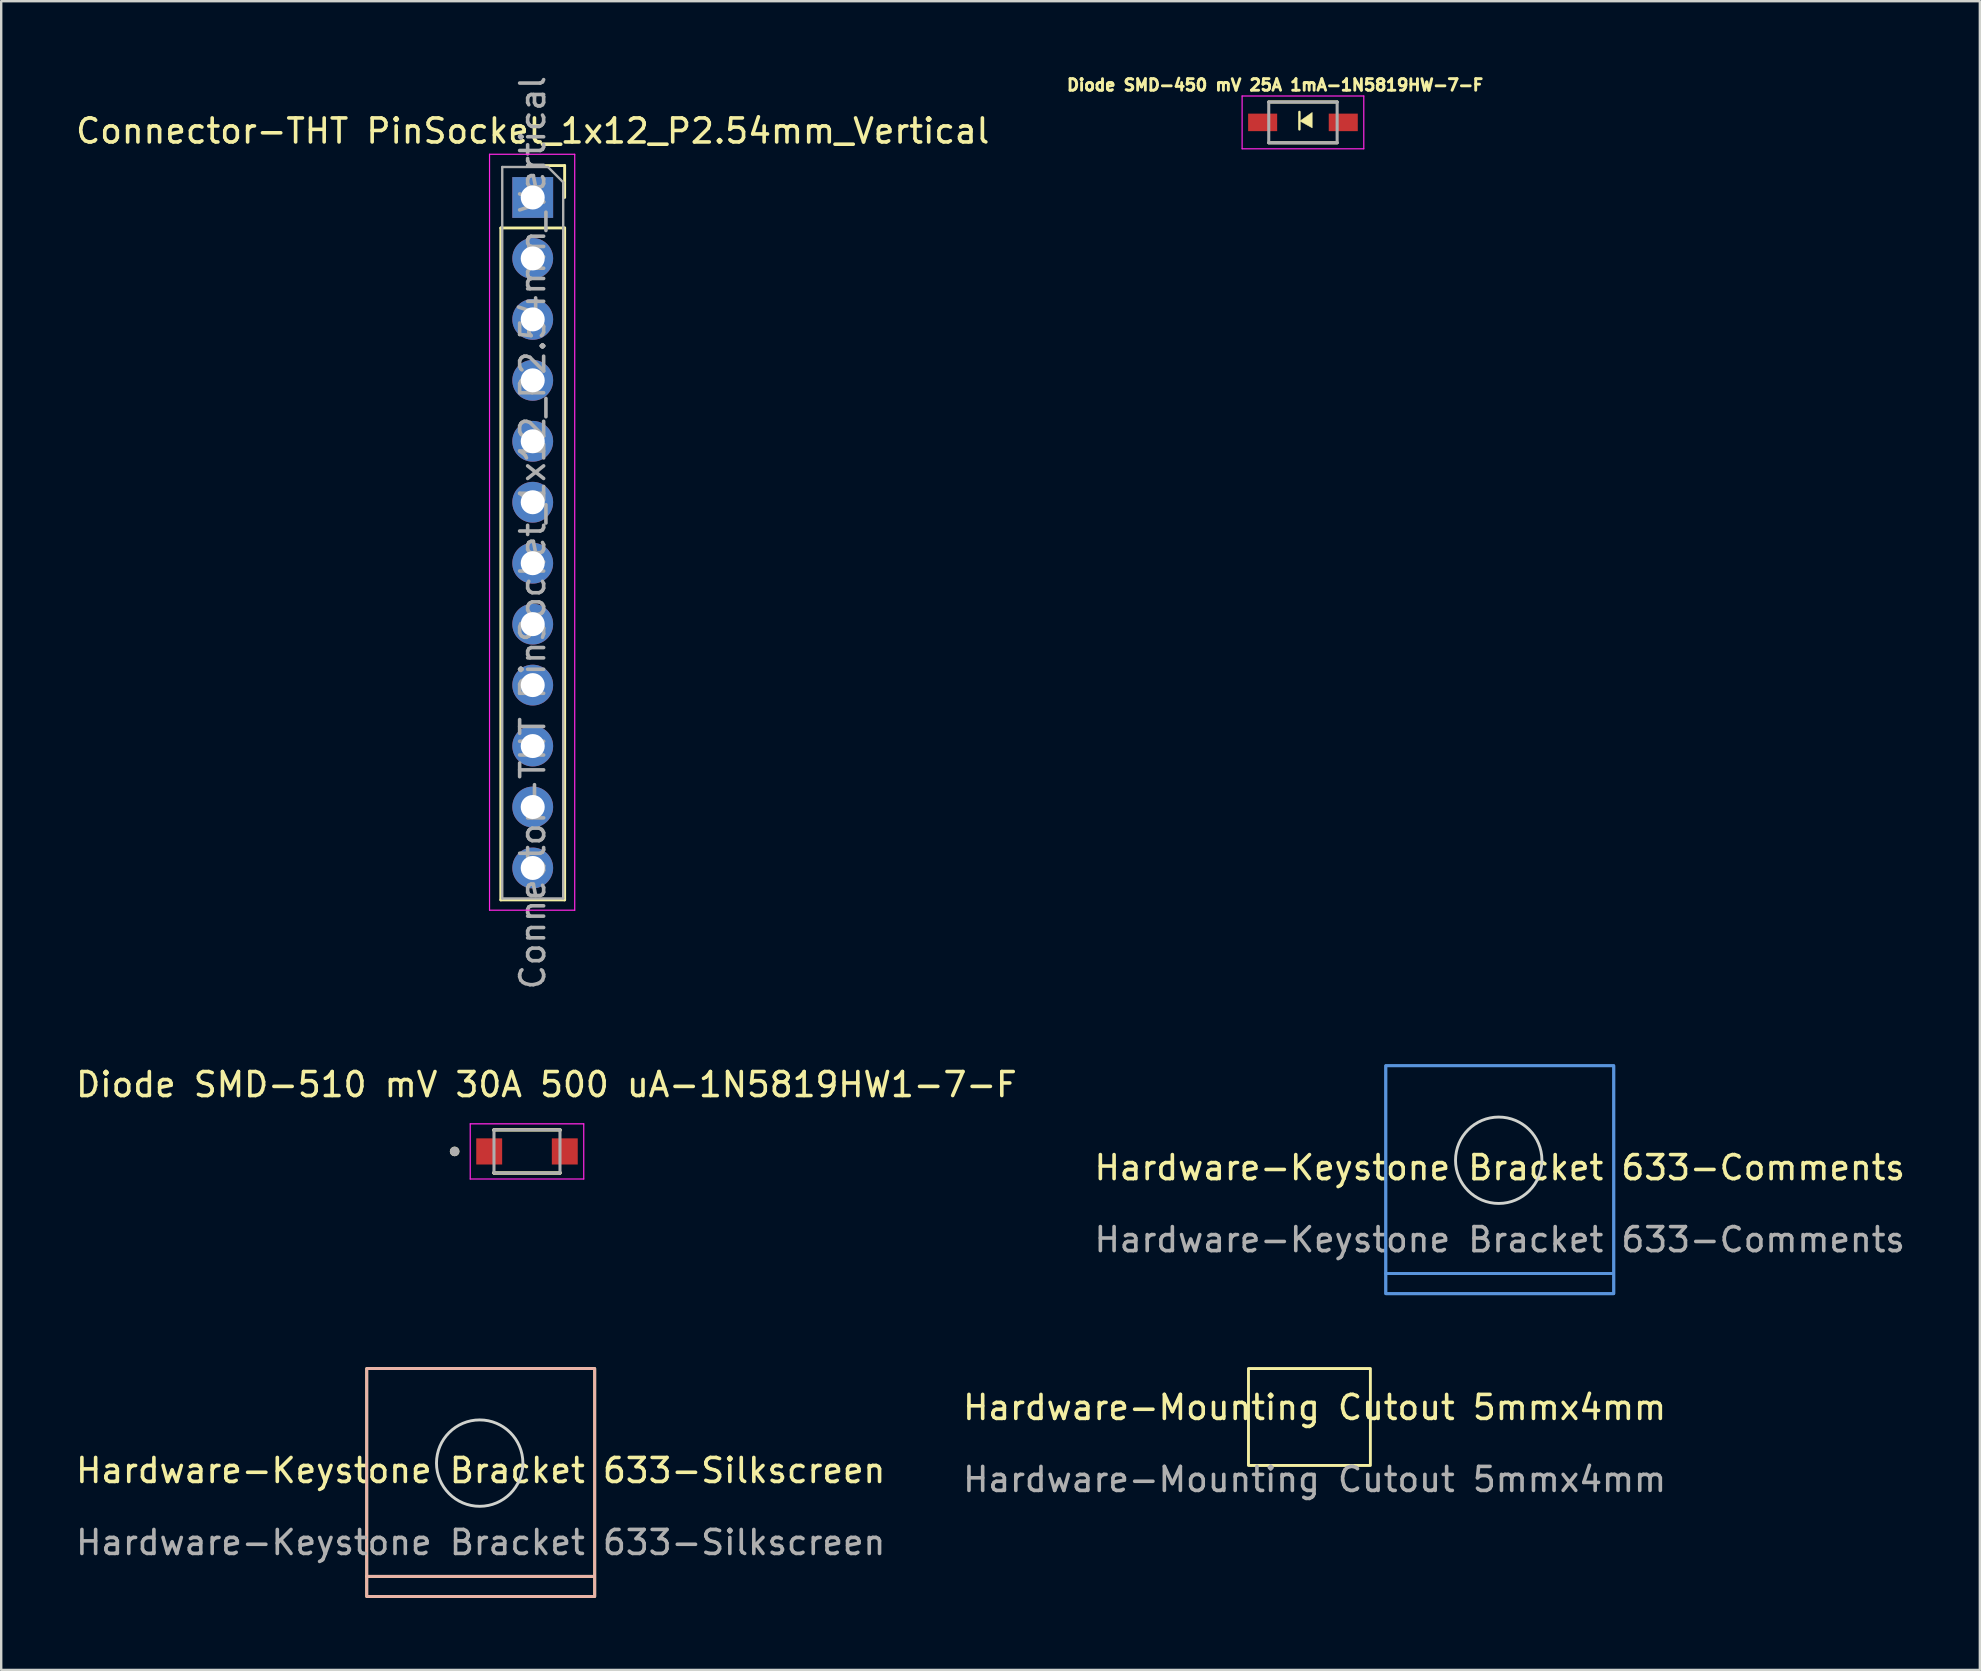
<source format=kicad_pcb>
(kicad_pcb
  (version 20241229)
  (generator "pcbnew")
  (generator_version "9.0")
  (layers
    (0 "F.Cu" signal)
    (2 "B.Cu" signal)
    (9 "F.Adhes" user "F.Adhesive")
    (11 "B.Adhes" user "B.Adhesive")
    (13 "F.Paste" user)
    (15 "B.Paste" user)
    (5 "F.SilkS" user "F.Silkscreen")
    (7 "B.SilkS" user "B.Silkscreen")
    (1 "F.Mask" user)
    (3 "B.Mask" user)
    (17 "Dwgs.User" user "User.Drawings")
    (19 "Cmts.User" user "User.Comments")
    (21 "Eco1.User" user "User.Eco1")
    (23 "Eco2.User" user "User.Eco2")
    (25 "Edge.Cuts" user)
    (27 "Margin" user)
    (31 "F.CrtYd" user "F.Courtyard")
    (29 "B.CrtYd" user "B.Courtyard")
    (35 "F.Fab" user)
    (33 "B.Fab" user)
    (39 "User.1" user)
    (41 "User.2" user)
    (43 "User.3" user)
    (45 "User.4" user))
  (footprint "Diode SMD-450 mV 25A 1mA-1N5819HW-7-F "
    (layer "F.Cu")
    (at 51.245 2.05)
    (property "Reference" "Diode SMD-450 mV 25A 1mA-1N5819HW-7-F " (at -0.978 -1.557 0) (layer "F.SilkS") (effects (font (size 0.481 0.481) (thickness 0.15))))
    (attr smd)
    (fp_line (start -1.425 -0.85) (end 1.425 -0.85) (stroke (width 0.127) (type solid)) (layer "F.SilkS"))
    (fp_line (start -0.147 0.292) (end -0.147 -0.436) (stroke (width 0.1) (type solid)) (layer "F.SilkS"))
    (fp_line (start 1.425 0.85) (end -1.425 0.85) (stroke (width 0.127) (type solid)) (layer "F.SilkS"))
    (fp_poly (pts (xy -0.126 -0.056) (xy 0.385 -0.414) (xy 0.385 0.227)) (stroke (width 0.02) (type solid)) (fill yes) (layer "F.SilkS"))
    (fp_line (start -2.535 -1.1) (end 2.535 -1.1) (stroke (width 0.05) (type solid)) (layer "F.CrtYd"))
    (fp_line (start -2.535 1.1) (end -2.535 -1.1) (stroke (width 0.05) (type solid)) (layer "F.CrtYd"))
    (fp_line (start 2.535 -1.1) (end 2.535 1.1) (stroke (width 0.05) (type solid)) (layer "F.CrtYd"))
    (fp_line (start 2.535 1.1) (end -2.535 1.1) (stroke (width 0.05) (type solid)) (layer "F.CrtYd"))
    (fp_line (start -1.425 -0.85) (end 1.425 -0.85) (stroke (width 0.127) (type solid)) (layer "F.Fab"))
    (fp_line (start -1.425 0.85) (end -1.425 -0.85) (stroke (width 0.127) (type solid)) (layer "F.Fab"))
    (fp_line (start 1.425 -0.85) (end 1.425 0.85) (stroke (width 0.127) (type solid)) (layer "F.Fab"))
    (fp_line (start 1.425 0.85) (end -1.425 0.85) (stroke (width 0.127) (type solid)) (layer "F.Fab"))
    (pad "A" smd rect (at 1.68 0) (size 1.21 0.73) (layers "F.Cu" "F.Mask" "F.Paste"))
    (pad "C" smd rect (at -1.68 0) (size 1.21 0.73) (layers "F.Cu" "F.Mask" "F.Paste")))
  (footprint "Hardware-Mounting Cutout 5mmx4mm"
    (layer "F.Cu")
    (at 51.732 56.101)
    (property "Reference" "Hardware-Mounting Cutout 5mmx4mm" (at 0 -0.5 0) (unlocked yes) (layer "F.SilkS") (effects (font (size 1 1) (thickness 0.15))))
    (fp_rect (start 2.323 1.916) (end -2.757 -2.123) (stroke (width 0.12) (type solid)) (fill no) (layer "F.SilkS"))
    (fp_text user "${REFERENCE}" (at 0 2.5 0) (unlocked yes) (layer "F.Fab") (effects (font (size 1 1) (thickness 0.15)))))
  (footprint "Hardware-Keystone Bracket 633-Comments"
    (layer "F.Cu")
    (at 59.446 46.108)
    (property "Reference" "Hardware-Keystone Bracket 633-Comments" (at 0 -0.5 0) (unlocked yes) (layer "F.SilkS") (effects (font (size 1 1) (thickness 0.15))))
    (fp_line (start -4.75 3.912) (end 4.713 3.912) (stroke (width 0.12) (type solid)) (layer "Cmts.User"))
    (fp_line (start -4.731 3.912) (end 4.731 3.912) (stroke (width 0.12) (type solid)) (layer "Cmts.User"))
    (fp_rect (start -4.75 -4.75) (end 4.75 4.75) (stroke (width 0.12) (type solid)) (fill no) (layer "Cmts.User"))
    (fp_rect (start -4.75 -4.75) (end 4.75 4.75) (stroke (width 0.12) (type solid)) (fill no) (layer "Cmts.User"))
    (fp_circle (center -0.043 -0.809) (end 1.757 -0.809) (stroke (width 0.12) (type solid)) (fill no) (layer "Edge.Cuts"))
    (fp_text user "${REFERENCE}" (at 0 2.5 0) (unlocked yes) (layer "F.Fab") (effects (font (size 1 1) (thickness 0.15)))))
  (footprint "Hardware-Keystone Bracket 633-Silkscreen"
    (layer "F.Cu")
    (at 16.982 58.728)
    (property "Reference" "Hardware-Keystone Bracket 633-Silkscreen" (at 0 -0.5 0) (unlocked yes) (layer "F.SilkS") (effects (font (size 1 1) (thickness 0.15))))
    (fp_line (start -4.75 3.912) (end 4.713 3.912) (stroke (width 0.12) (type solid)) (layer "F.SilkS"))
    (fp_rect (start -4.75 -4.75) (end 4.75 4.75) (stroke (width 0.12) (type solid)) (fill no) (layer "F.SilkS"))
    (fp_line (start -4.731 3.912) (end 4.731 3.912) (stroke (width 0.12) (type solid)) (layer "B.SilkS"))
    (fp_rect (start -4.75 -4.75) (end 4.75 4.75) (stroke (width 0.12) (type solid)) (fill no) (layer "B.SilkS"))
    (fp_circle (center -0.043 -0.809) (end 1.757 -0.809) (stroke (width 0.12) (type solid)) (fill no) (layer "Edge.Cuts"))
    (fp_text user "${REFERENCE}" (at 0 2.5 0) (unlocked yes) (layer "F.Fab") (effects (font (size 1 1) (thickness 0.15)))))
  (footprint "Diode SMD-510 mV 30A 500 uA-1N5819HW1-7-F"
    (layer "F.Cu")
    (at 18.91 44.931)
    (property "Reference" "Diode SMD-510 mV 30A 500 uA-1N5819HW1-7-F" (at 0.81 -2.785 0) (layer "F.SilkS") (effects (font (size 1 1) (thickness 0.15))))
    (attr smd)
    (fp_line (start -1.375 -0.9) (end -1.375 -0.895) (stroke (width 0.127) (type solid)) (layer "F.SilkS"))
    (fp_line (start -1.375 -0.9) (end -1.375 -0.865) (stroke (width 0.127) (type solid)) (layer "F.SilkS"))
    (fp_line (start -1.375 0.9) (end -1.375 0.865) (stroke (width 0.127) (type solid)) (layer "F.SilkS"))
    (fp_line (start -1.375 0.9) (end -1.375 0.895) (stroke (width 0.127) (type solid)) (layer "F.SilkS"))
    (fp_line (start -1.375 0.9) (end 1.375 0.9) (stroke (width 0.127) (type solid)) (layer "F.SilkS"))
    (fp_line (start -1.375 0.9) (end 1.375 0.9) (stroke (width 0.127) (type solid)) (layer "F.SilkS"))
    (fp_line (start 1.375 -0.9) (end -1.375 -0.9) (stroke (width 0.127) (type solid)) (layer "F.SilkS"))
    (fp_line (start 1.375 -0.9) (end -1.375 -0.9) (stroke (width 0.127) (type solid)) (layer "F.SilkS"))
    (fp_line (start 1.375 -0.895) (end 1.375 -0.9) (stroke (width 0.127) (type solid)) (layer "F.SilkS"))
    (fp_line (start 1.375 -0.865) (end 1.375 -0.9) (stroke (width 0.127) (type solid)) (layer "F.SilkS"))
    (fp_line (start 1.375 0.9) (end 1.375 0.865) (stroke (width 0.127) (type solid)) (layer "F.SilkS"))
    (fp_line (start 1.375 0.9) (end 1.375 0.895) (stroke (width 0.127) (type solid)) (layer "F.SilkS"))
    (fp_circle (center -3.015 0) (end -2.915 0) (stroke (width 0.2) (type solid)) (fill no) (layer "F.SilkS"))
    (fp_line (start -2.365 -1.15) (end -2.365 1.15) (stroke (width 0.05) (type solid)) (layer "F.CrtYd"))
    (fp_line (start -2.365 1.15) (end 2.365 1.15) (stroke (width 0.05) (type solid)) (layer "F.CrtYd"))
    (fp_line (start 2.365 -1.15) (end -2.365 -1.15) (stroke (width 0.05) (type solid)) (layer "F.CrtYd"))
    (fp_line (start 2.365 1.15) (end 2.365 -1.15) (stroke (width 0.05) (type solid)) (layer "F.CrtYd"))
    (fp_line (start -1.375 -0.9) (end -1.375 0.9) (stroke (width 0.127) (type solid)) (layer "F.Fab"))
    (fp_line (start -1.375 0.9) (end 1.375 0.9) (stroke (width 0.127) (type solid)) (layer "F.Fab"))
    (fp_line (start 1.375 -0.9) (end -1.375 -0.9) (stroke (width 0.127) (type solid)) (layer "F.Fab"))
    (fp_line (start 1.375 0.9) (end 1.375 -0.9) (stroke (width 0.127) (type solid)) (layer "F.Fab"))
    (fp_circle (center -3.015 0) (end -2.915 0) (stroke (width 0.2) (type solid)) (fill no) (layer "F.Fab"))
    (pad "A" smd rect (at 1.575 0) (size 1.08 1.09) (layers "F.Cu" "F.Mask" "F.Paste"))
    (pad "C" smd rect (at -1.575 0) (size 1.08 1.09) (layers "F.Cu" "F.Mask" "F.Paste")))
  (footprint "Connector-THT PinSocket_1x12_P2.54mm_Vertical"
    (layer "F.Cu")
    (at 19.149 5.179)
    (property "Reference" "Connector-THT PinSocket_1x12_P2.54mm_Vertical" (at 0 -2.77 0) (layer "F.SilkS") (effects (font (size 1 1) (thickness 0.15))))
    (attr through_hole)
    (fp_line (start -1.33 1.27) (end -1.33 29.27) (stroke (width 0.12) (type solid)) (layer "F.SilkS"))
    (fp_line (start -1.33 1.27) (end 1.33 1.27) (stroke (width 0.12) (type solid)) (layer "F.SilkS"))
    (fp_line (start -1.33 29.27) (end 1.33 29.27) (stroke (width 0.12) (type solid)) (layer "F.SilkS"))
    (fp_line (start 0 -1.33) (end 1.33 -1.33) (stroke (width 0.12) (type solid)) (layer "F.SilkS"))
    (fp_line (start 1.33 -1.33) (end 1.33 0) (stroke (width 0.12) (type solid)) (layer "F.SilkS"))
    (fp_line (start 1.33 1.27) (end 1.33 29.27) (stroke (width 0.12) (type solid)) (layer "F.SilkS"))
    (fp_line (start -1.8 -1.8) (end 1.75 -1.8) (stroke (width 0.05) (type solid)) (layer "F.CrtYd"))
    (fp_line (start -1.8 29.7) (end -1.8 -1.8) (stroke (width 0.05) (type solid)) (layer "F.CrtYd"))
    (fp_line (start 1.75 -1.8) (end 1.75 29.7) (stroke (width 0.05) (type solid)) (layer "F.CrtYd"))
    (fp_line (start 1.75 29.7) (end -1.8 29.7) (stroke (width 0.05) (type solid)) (layer "F.CrtYd"))
    (fp_line (start -1.27 -1.27) (end 0.635 -1.27) (stroke (width 0.1) (type solid)) (layer "F.Fab"))
    (fp_line (start -1.27 29.21) (end -1.27 -1.27) (stroke (width 0.1) (type solid)) (layer "F.Fab"))
    (fp_line (start 0.635 -1.27) (end 1.27 -0.635) (stroke (width 0.1) (type solid)) (layer "F.Fab"))
    (fp_line (start 1.27 -0.635) (end 1.27 29.21) (stroke (width 0.1) (type solid)) (layer "F.Fab"))
    (fp_line (start 1.27 29.21) (end -1.27 29.21) (stroke (width 0.1) (type solid)) (layer "F.Fab"))
    (fp_text user "${REFERENCE}" (at 0 13.97 90) (layer "F.Fab") (effects (font (size 1 1) (thickness 0.15))))
    (pad "1" thru_hole rect (at 0 0) (size 1.7 1.7) (drill 1) (layers "*.Cu" "*.Mask"))
    (pad "2" thru_hole oval (at 0 2.54) (size 1.7 1.7) (drill 1) (layers "*.Cu" "*.Mask"))
    (pad "3" thru_hole oval (at 0 5.08) (size 1.7 1.7) (drill 1) (layers "*.Cu" "*.Mask"))
    (pad "4" thru_hole oval (at 0 7.62) (size 1.7 1.7) (drill 1) (layers "*.Cu" "*.Mask"))
    (pad "5" thru_hole oval (at 0 10.16) (size 1.7 1.7) (drill 1) (layers "*.Cu" "*.Mask"))
    (pad "6" thru_hole oval (at 0 12.7) (size 1.7 1.7) (drill 1) (layers "*.Cu" "*.Mask"))
    (pad "7" thru_hole oval (at 0 15.24) (size 1.7 1.7) (drill 1) (layers "*.Cu" "*.Mask"))
    (pad "8" thru_hole oval (at 0 17.78) (size 1.7 1.7) (drill 1) (layers "*.Cu" "*.Mask"))
    (pad "9" thru_hole oval (at 0 20.32) (size 1.7 1.7) (drill 1) (layers "*.Cu" "*.Mask"))
    (pad "10" thru_hole oval (at 0 22.86) (size 1.7 1.7) (drill 1) (layers "*.Cu" "*.Mask"))
    (pad "11" thru_hole oval (at 0 25.4) (size 1.7 1.7) (drill 1) (layers "*.Cu" "*.Mask"))
    (pad "12" thru_hole oval (at 0 27.94) (size 1.7 1.7) (drill 1) (layers "*.Cu" "*.Mask")))
  (gr_rect
    (start -3 -3)
    (end 79.452 66.538)
    (stroke (width 0.1) (type default))
    (fill no)
    (layer "Edge.Cuts")))
</source>
